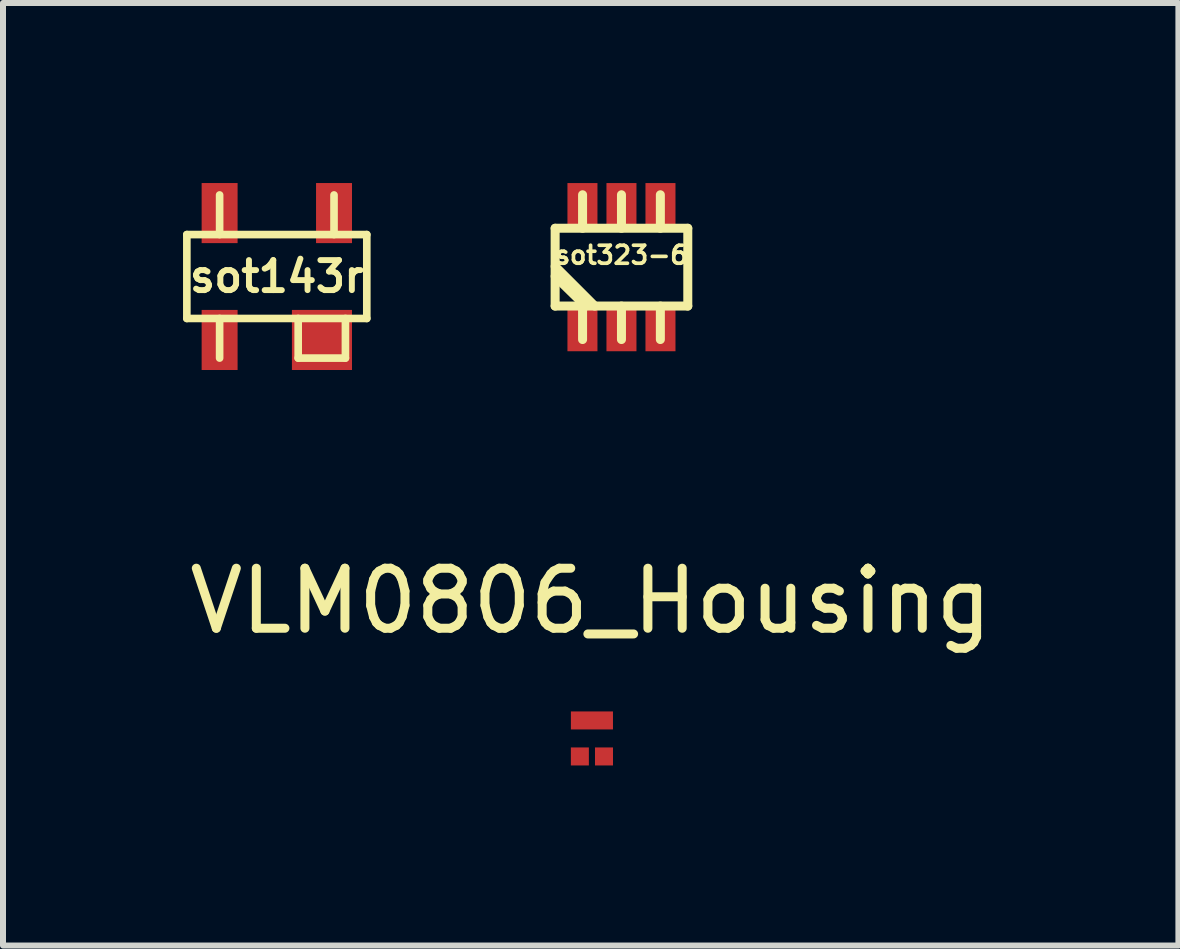
<source format=kicad_pcb>
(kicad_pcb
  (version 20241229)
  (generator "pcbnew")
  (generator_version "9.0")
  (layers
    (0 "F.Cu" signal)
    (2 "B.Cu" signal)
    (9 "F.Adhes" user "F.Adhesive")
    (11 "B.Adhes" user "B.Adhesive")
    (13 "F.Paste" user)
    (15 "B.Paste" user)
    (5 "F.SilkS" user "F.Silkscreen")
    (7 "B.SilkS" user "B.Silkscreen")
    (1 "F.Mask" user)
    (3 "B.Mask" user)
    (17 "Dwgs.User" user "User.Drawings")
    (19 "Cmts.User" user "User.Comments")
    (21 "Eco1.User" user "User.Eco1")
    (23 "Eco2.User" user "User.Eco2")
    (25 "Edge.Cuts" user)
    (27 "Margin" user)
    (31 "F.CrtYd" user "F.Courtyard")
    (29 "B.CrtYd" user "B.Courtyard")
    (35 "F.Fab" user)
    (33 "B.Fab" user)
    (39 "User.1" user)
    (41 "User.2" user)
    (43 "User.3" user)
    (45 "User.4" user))
  (footprint "VLM0806_Housing"
    (layer "F.Cu")
    (at 6.812 9.253)
    (property "Reference" "VLM0806_Housing" (at -0.02 -2.291 0) (layer "F.SilkS") (effects (font (size 1 1) (thickness 0.15))))
    (attr smd)
    (pad "1" smd rect (at 0.201 0.3) (size 0.3 0.3) (layers "F.Cu" "F.Mask" "F.Paste"))
    (pad "2" smd rect (at -0.201 0.3) (size 0.3 0.3) (layers "F.Cu" "F.Mask" "F.Paste"))
    (pad "3" smd rect (at 0 -0.3) (size 0.701 0.3) (layers "F.Cu" "F.Mask" "F.Paste")))
  (footprint "sot323-6"
    (layer "F.Cu")
    (at 7.304 1.401)
    (property "Reference" "sot323-6" (at 0 -0.201 0) (layer "F.SilkS") (effects (font (size 0.3 0.3) (thickness 0.061))))
    (attr smd)
    (fp_line (start -1.105 -0.648) (end 1.105 -0.648) (stroke (width 0.15) (type solid)) (layer "F.SilkS"))
    (fp_line (start -1.105 0.648) (end -1.105 -0.648) (stroke (width 0.15) (type solid)) (layer "F.SilkS"))
    (fp_line (start -0.648 -0.648) (end -0.648 -1.206) (stroke (width 0.15) (type solid)) (layer "F.SilkS"))
    (fp_line (start -0.648 0.648) (end -0.648 1.206) (stroke (width 0.15) (type solid)) (layer "F.SilkS"))
    (fp_line (start -0.597 0.648) (end -1.105 0.152) (stroke (width 0.15) (type solid)) (layer "F.SilkS"))
    (fp_line (start -0.445 0.648) (end -1.105 -0.013) (stroke (width 0.15) (type solid)) (layer "F.SilkS"))
    (fp_line (start 0 -0.648) (end 0 -1.206) (stroke (width 0.15) (type solid)) (layer "F.SilkS"))
    (fp_line (start 0 0.648) (end 0 1.206) (stroke (width 0.15) (type solid)) (layer "F.SilkS"))
    (fp_line (start 0.648 -0.648) (end 0.648 -1.206) (stroke (width 0.15) (type solid)) (layer "F.SilkS"))
    (fp_line (start 0.648 0.648) (end 0.648 1.206) (stroke (width 0.15) (type solid)) (layer "F.SilkS"))
    (fp_line (start 1.105 -0.648) (end 1.105 0.648) (stroke (width 0.15) (type solid)) (layer "F.SilkS"))
    (fp_line (start 1.105 0.648) (end -1.105 0.648) (stroke (width 0.15) (type solid)) (layer "F.SilkS"))
    (pad "1" smd rect (at -0.65 1.001) (size 0.5 0.8) (layers "F.Cu" "F.Mask" "F.Paste"))
    (pad "2" smd rect (at 0 1.001) (size 0.5 0.8) (layers "F.Cu" "F.Mask" "F.Paste"))
    (pad "3" smd rect (at 0.65 1.001) (size 0.5 0.8) (layers "F.Cu" "F.Mask" "F.Paste"))
    (pad "4" smd rect (at 0.65 -1.001) (size 0.5 0.8) (layers "F.Cu" "F.Mask" "F.Paste"))
    (pad "5" smd rect (at 0 -1.001) (size 0.5 0.8) (layers "F.Cu" "F.Mask" "F.Paste"))
    (pad "6" smd rect (at -0.65 -1.001) (size 0.5 0.8) (layers "F.Cu" "F.Mask" "F.Paste")))
  (footprint "sot143r"
    (layer "F.Cu")
    (at 1.562 1.557)
    (property "Reference" "sot143r" (at 0 0 0) (layer "F.SilkS") (effects (font (size 0.5 0.5) (thickness 0.099))))
    (attr smd)
    (fp_line (start -1.499 -0.699) (end 1.499 -0.699) (stroke (width 0.127) (type solid)) (layer "F.SilkS"))
    (fp_line (start -1.499 0.699) (end -1.499 -0.699) (stroke (width 0.127) (type solid)) (layer "F.SilkS"))
    (fp_line (start -0.953 -0.699) (end -0.953 -1.359) (stroke (width 0.127) (type solid)) (layer "F.SilkS"))
    (fp_line (start -0.953 0.699) (end -0.953 1.359) (stroke (width 0.127) (type solid)) (layer "F.SilkS"))
    (fp_line (start 0.356 0.699) (end 0.356 1.359) (stroke (width 0.127) (type solid)) (layer "F.SilkS"))
    (fp_line (start 0.356 1.359) (end 1.143 1.359) (stroke (width 0.127) (type solid)) (layer "F.SilkS"))
    (fp_line (start 0.953 -0.699) (end 0.953 -1.359) (stroke (width 0.127) (type solid)) (layer "F.SilkS"))
    (fp_line (start 1.143 0.699) (end 1.143 1.359) (stroke (width 0.127) (type solid)) (layer "F.SilkS"))
    (fp_line (start 1.499 -0.699) (end 1.499 0.699) (stroke (width 0.127) (type solid)) (layer "F.SilkS"))
    (fp_line (start 1.499 0.699) (end -1.499 0.699) (stroke (width 0.127) (type solid)) (layer "F.SilkS"))
    (pad "1" smd rect (at 0.752 1.057) (size 1.001 1.001) (layers "F.Cu" "F.Mask" "F.Paste"))
    (pad "2" smd rect (at -0.953 1.057) (size 0.599 1.001) (layers "F.Cu" "F.Mask" "F.Paste"))
    (pad "3" smd rect (at -0.953 -1.057) (size 0.599 1.001) (layers "F.Cu" "F.Mask" "F.Paste"))
    (pad "4" smd rect (at 0.953 -1.057) (size 0.599 1.001) (layers "F.Cu" "F.Mask" "F.Paste")))
  (gr_rect
    (start -3 -3)
    (end 16.583 12.703)
    (stroke (width 0.1) (type default))
    (fill no)
    (layer "Edge.Cuts")))
</source>
